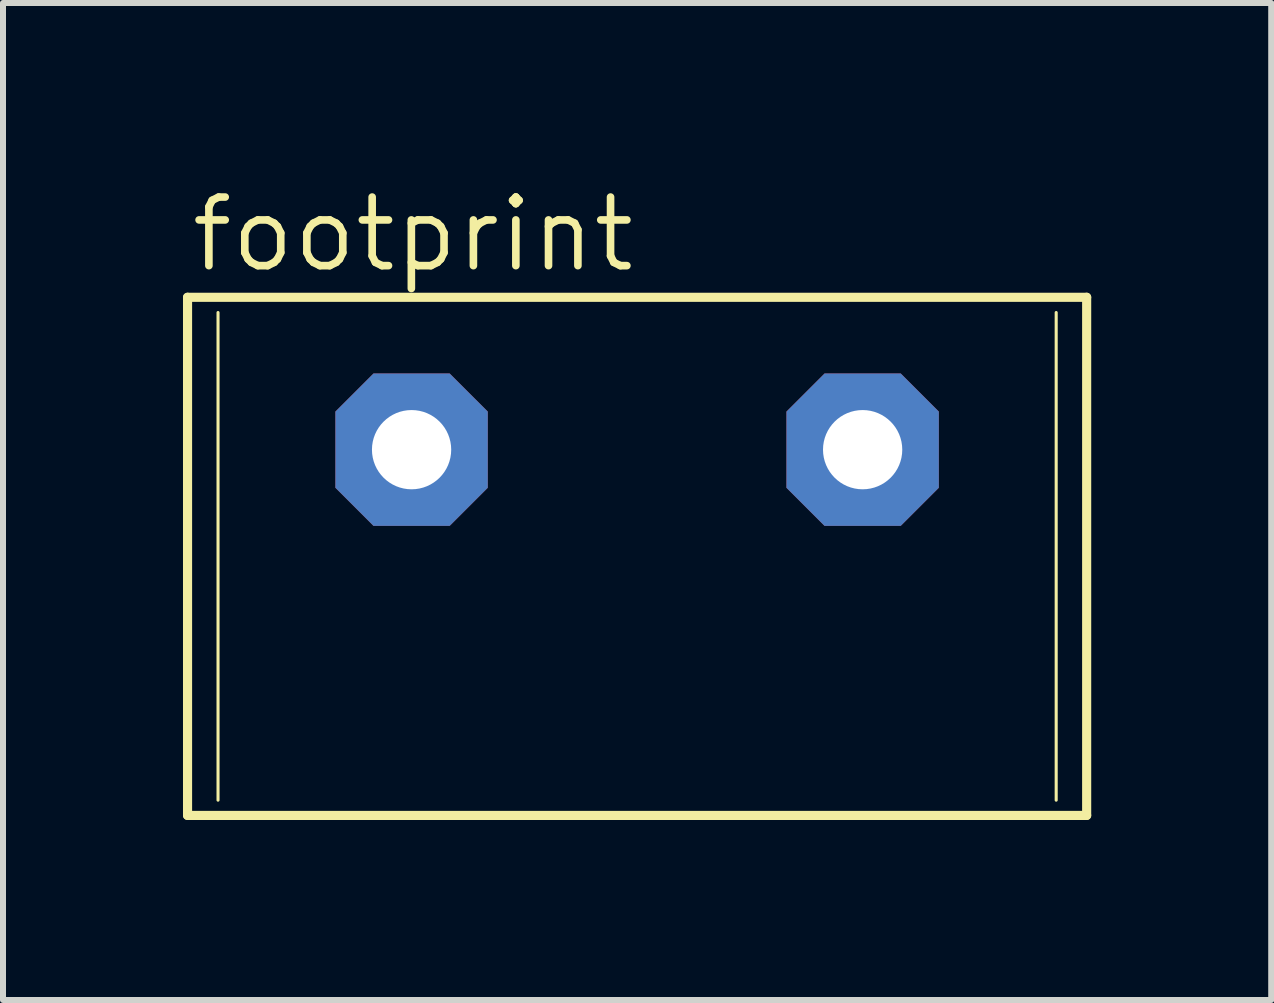
<source format=kicad_pcb>
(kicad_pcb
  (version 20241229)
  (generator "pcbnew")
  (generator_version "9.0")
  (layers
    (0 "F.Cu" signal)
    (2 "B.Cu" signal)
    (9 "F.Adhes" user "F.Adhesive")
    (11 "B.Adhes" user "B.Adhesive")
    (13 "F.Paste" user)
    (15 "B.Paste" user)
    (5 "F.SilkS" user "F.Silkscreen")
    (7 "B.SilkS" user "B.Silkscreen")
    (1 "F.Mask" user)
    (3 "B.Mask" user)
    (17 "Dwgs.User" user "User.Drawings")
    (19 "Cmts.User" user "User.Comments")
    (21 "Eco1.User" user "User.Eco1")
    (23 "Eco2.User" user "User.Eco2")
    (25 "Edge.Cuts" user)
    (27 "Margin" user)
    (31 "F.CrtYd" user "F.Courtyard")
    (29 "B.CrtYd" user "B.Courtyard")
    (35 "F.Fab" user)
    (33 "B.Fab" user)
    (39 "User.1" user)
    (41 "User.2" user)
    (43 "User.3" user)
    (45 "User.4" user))
  (footprint "footprint"
    (layer "F.Cu")
    (at 7.569 4.445)
    (property "Reference" "footprint" (at -7.493 -2.921 0) (layer "F.SilkS") (effects (font (size 1.143 1.143) (thickness 0.127)) (justify left bottom)))
    (fp_line (start -7.493 -2.54) (end -7.493 6.096) (stroke (width 0.152) (type solid)) (layer "F.SilkS"))
    (fp_line (start -7.493 -2.54) (end 7.493 -2.54) (stroke (width 0.152) (type solid)) (layer "F.SilkS"))
    (fp_line (start -7.493 6.096) (end 7.493 6.096) (stroke (width 0.152) (type solid)) (layer "F.SilkS"))
    (fp_line (start -6.985 -2.286) (end -6.985 5.842) (stroke (width 0.051) (type solid)) (layer "F.SilkS"))
    (fp_line (start 6.985 -2.286) (end 6.985 5.842) (stroke (width 0.051) (type solid)) (layer "F.SilkS"))
    (fp_line (start 7.493 6.096) (end 7.493 -2.54) (stroke (width 0.152) (type solid)) (layer "F.SilkS"))
    (pad "1" thru_hole roundrect (at -3.759 0) (size 2.54 2.54) (drill 1.321) (layers "*.Cu" "*.Mask") (roundrect_rratio 0.25) (chamfer_ratio 0.25) (chamfer top_left top_right bottom_left bottom_right))
    (pad "2" thru_hole roundrect (at 3.759 0) (size 2.54 2.54) (drill 1.321) (layers "*.Cu" "*.Mask") (roundrect_rratio 0.25) (chamfer_ratio 0.25) (chamfer top_left top_right bottom_left bottom_right)))
  (gr_rect
    (start -3 -3)
    (end 18.138 13.617)
    (stroke (width 0.1) (type default))
    (fill no)
    (layer "Edge.Cuts")))
</source>
